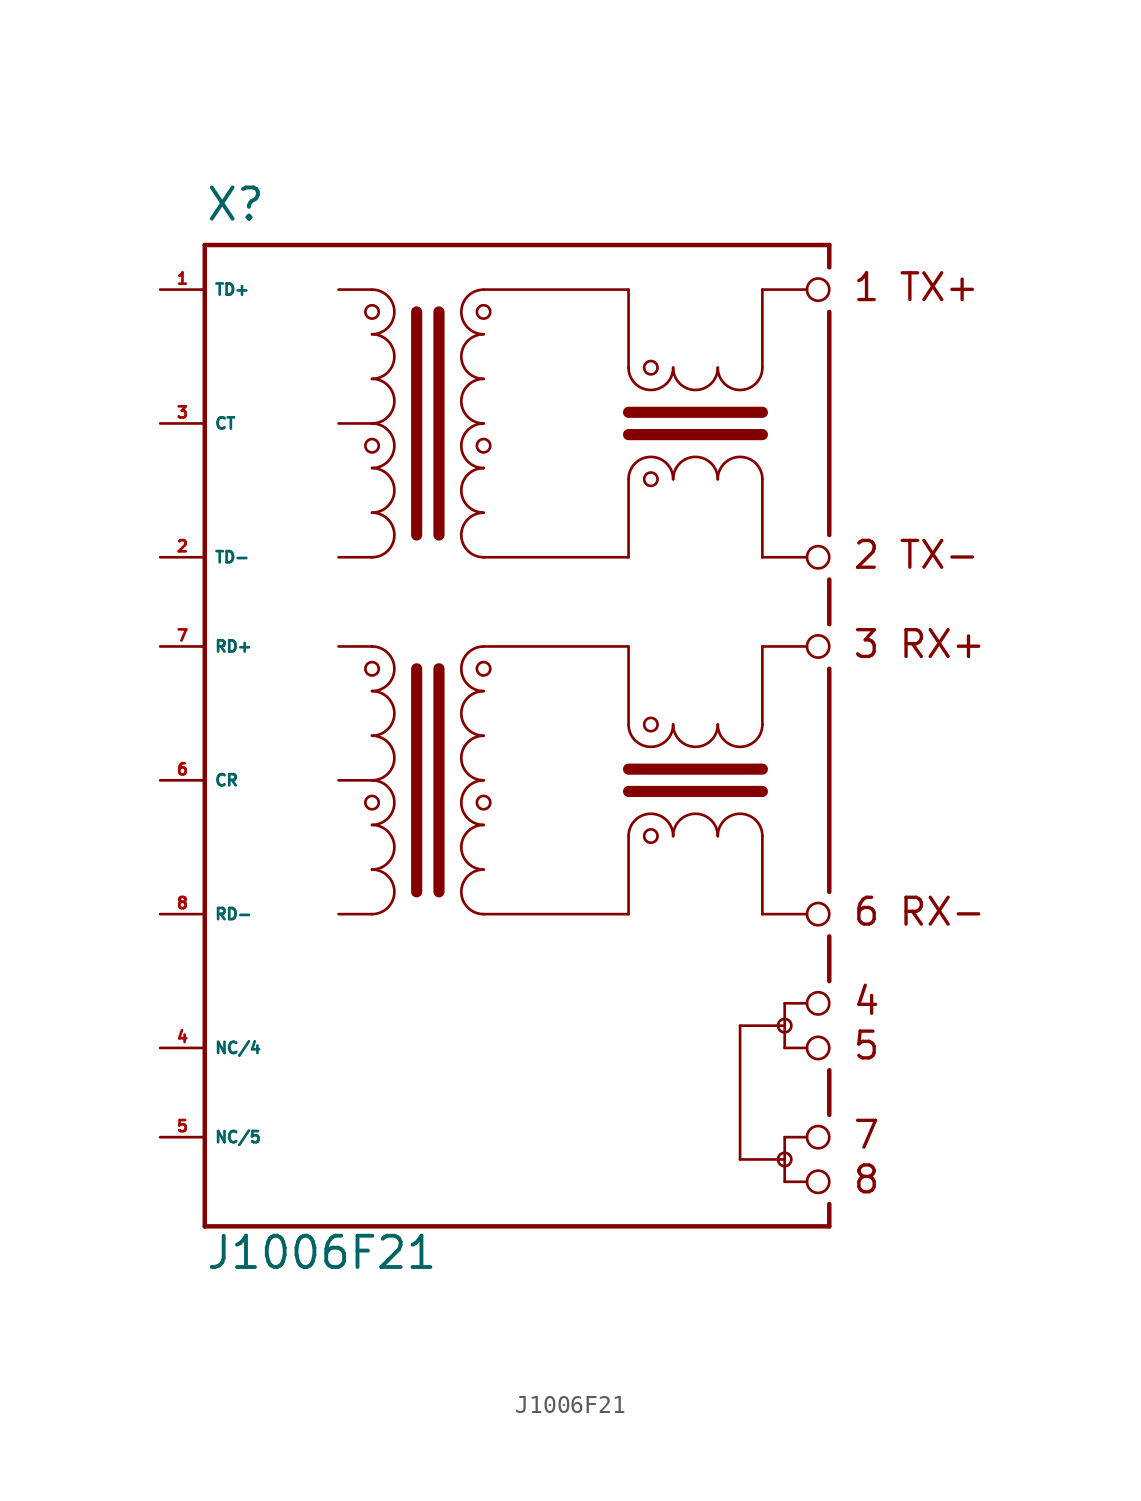
<source format=kicad_sym>
(kicad_symbol_lib
  (version 20220914)
  (generator Eagle2Kicad)
  (symbol "J1006F21"
    (property "Reference" "X"
      (at -12.7 21.59 0)
      (effects (font (size 1.778 1.778) (thickness 0.22)) (justify left bottom)))
    (property "Value" "J1006F21"
      (at -12.7 -38.1 0)
      (effects (font (size 1.778 1.778) (thickness 0.22)) (justify left bottom)))
    (polyline
      (pts (xy -5.08 2.54) (xy -3.175 2.54))
      (stroke (width 0.152) (type default))
      (fill (type none)))
    (polyline
      (pts (xy -5.08 10.16) (xy -3.175 10.16))
      (stroke (width 0.152) (type default))
      (fill (type none)))
    (polyline
      (pts (xy -5.08 17.78) (xy -3.175 17.78))
      (stroke (width 0.152) (type default))
      (fill (type none)))
    (arc
      (start -3.175 10.16)
      (mid -1.905 11.430)
      (end -3.175 12.7)
      (stroke (width 0.1524) (type default))
      (fill (type none)))
    (arc
      (start -3.175 12.7)
      (mid -1.905 13.970)
      (end -3.175 15.24)
      (stroke (width 0.1524) (type default))
      (fill (type none)))
    (arc
      (start -3.175 15.24)
      (mid -1.905 16.510)
      (end -3.175 17.78)
      (stroke (width 0.1524) (type default))
      (fill (type none)))
    (arc
      (start -3.175 7.62)
      (mid -1.905 8.890)
      (end -3.175 10.16)
      (stroke (width 0.1524) (type default))
      (fill (type none)))
    (arc
      (start -3.175 5.08)
      (mid -1.905 6.350)
      (end -3.175 7.62)
      (stroke (width 0.1524) (type default))
      (fill (type none)))
    (arc
      (start -3.175 2.54)
      (mid -1.905 3.810)
      (end -3.175 5.08)
      (stroke (width 0.1524) (type default))
      (fill (type none)))
    (polyline
      (pts (xy -0.635 16.51) (xy -0.635 3.81))
      (stroke (width 0.635) (type default))
      (fill (type none)))
    (polyline
      (pts (xy 0.635 16.51) (xy 0.635 3.81))
      (stroke (width 0.635) (type default))
      (fill (type none)))
    (arc
      (start 3.175 12.7)
      (mid 1.905 11.430)
      (end 3.175 10.16)
      (stroke (width 0.1524) (type default))
      (fill (type none)))
    (arc
      (start 3.175 15.24)
      (mid 1.905 13.970)
      (end 3.175 12.7)
      (stroke (width 0.1524) (type default))
      (fill (type none)))
    (arc
      (start 3.175 17.78)
      (mid 1.905 16.510)
      (end 3.175 15.24)
      (stroke (width 0.1524) (type default))
      (fill (type none)))
    (arc
      (start 3.175 10.16)
      (mid 1.905 8.890)
      (end 3.175 7.62)
      (stroke (width 0.1524) (type default))
      (fill (type none)))
    (arc
      (start 3.175 7.62)
      (mid 1.905 6.350)
      (end 3.175 5.08)
      (stroke (width 0.1524) (type default))
      (fill (type none)))
    (arc
      (start 3.175 5.08)
      (mid 1.905 3.810)
      (end 3.175 2.54)
      (stroke (width 0.1524) (type default))
      (fill (type none)))
    (arc
      (start 19.05 6.985)
      (mid 17.780 8.255)
      (end 16.51 6.985)
      (stroke (width 0.1524) (type default))
      (fill (type none)))
    (arc
      (start 16.51 6.985)
      (mid 15.240 8.255)
      (end 13.97 6.985)
      (stroke (width 0.1524) (type default))
      (fill (type none)))
    (arc
      (start 13.97 6.985)
      (mid 12.700 8.255)
      (end 11.43 6.985)
      (stroke (width 0.1524) (type default))
      (fill (type none)))
    (arc
      (start 16.51 13.335)
      (mid 17.780 12.065)
      (end 19.05 13.335)
      (stroke (width 0.1524) (type default))
      (fill (type none)))
    (arc
      (start 13.97 13.335)
      (mid 15.240 12.065)
      (end 16.51 13.335)
      (stroke (width 0.1524) (type default))
      (fill (type none)))
    (arc
      (start 11.43 13.335)
      (mid 12.700 12.065)
      (end 13.97 13.335)
      (stroke (width 0.1524) (type default))
      (fill (type none)))
    (polyline
      (pts (xy 3.175 17.78) (xy 11.43 17.78))
      (stroke (width 0.152) (type default))
      (fill (type none)))
    (polyline
      (pts (xy 11.43 17.78) (xy 11.43 13.335))
      (stroke (width 0.152) (type default))
      (fill (type none)))
    (polyline
      (pts (xy 11.43 2.54) (xy 3.175 2.54))
      (stroke (width 0.152) (type default))
      (fill (type none)))
    (polyline
      (pts (xy 11.43 2.54) (xy 11.43 6.985))
      (stroke (width 0.152) (type default))
      (fill (type none)))
    (polyline
      (pts (xy 19.05 13.335) (xy 19.05 17.78))
      (stroke (width 0.152) (type default))
      (fill (type none)))
    (polyline
      (pts (xy 19.05 17.78) (xy 21.59 17.78))
      (stroke (width 0.152) (type default))
      (fill (type none)))
    (polyline
      (pts (xy 19.05 6.985) (xy 19.05 2.54))
      (stroke (width 0.152) (type default))
      (fill (type none)))
    (polyline
      (pts (xy 19.05 2.54) (xy 21.59 2.54))
      (stroke (width 0.152) (type default))
      (fill (type none)))
    (polyline
      (pts (xy 11.43 9.525) (xy 19.05 9.525))
      (stroke (width 0.635) (type default))
      (fill (type none)))
    (polyline
      (pts (xy 11.43 10.795) (xy 19.05 10.795))
      (stroke (width 0.635) (type default))
      (fill (type none)))
    (polyline
      (pts (xy -5.08 -17.78) (xy -3.175 -17.78))
      (stroke (width 0.152) (type default))
      (fill (type none)))
    (polyline
      (pts (xy -5.08 -10.16) (xy -3.175 -10.16))
      (stroke (width 0.152) (type default))
      (fill (type none)))
    (polyline
      (pts (xy -5.08 -2.54) (xy -3.175 -2.54))
      (stroke (width 0.152) (type default))
      (fill (type none)))
    (arc
      (start -3.175 -10.16)
      (mid -1.905 -8.890)
      (end -3.175 -7.62)
      (stroke (width 0.1524) (type default))
      (fill (type none)))
    (arc
      (start -3.175 -7.62)
      (mid -1.905 -6.350)
      (end -3.175 -5.08)
      (stroke (width 0.1524) (type default))
      (fill (type none)))
    (arc
      (start -3.175 -5.08)
      (mid -1.905 -3.810)
      (end -3.175 -2.54)
      (stroke (width 0.1524) (type default))
      (fill (type none)))
    (arc
      (start -3.175 -12.7)
      (mid -1.905 -11.430)
      (end -3.175 -10.16)
      (stroke (width 0.1524) (type default))
      (fill (type none)))
    (arc
      (start -3.175 -15.24)
      (mid -1.905 -13.970)
      (end -3.175 -12.7)
      (stroke (width 0.1524) (type default))
      (fill (type none)))
    (arc
      (start -3.175 -17.78)
      (mid -1.905 -16.510)
      (end -3.175 -15.24)
      (stroke (width 0.1524) (type default))
      (fill (type none)))
    (polyline
      (pts (xy -0.635 -3.81) (xy -0.635 -16.51))
      (stroke (width 0.635) (type default))
      (fill (type none)))
    (polyline
      (pts (xy 0.635 -3.81) (xy 0.635 -16.51))
      (stroke (width 0.635) (type default))
      (fill (type none)))
    (arc
      (start 3.175 -7.62)
      (mid 1.905 -8.890)
      (end 3.175 -10.16)
      (stroke (width 0.1524) (type default))
      (fill (type none)))
    (arc
      (start 3.175 -5.08)
      (mid 1.905 -6.350)
      (end 3.175 -7.62)
      (stroke (width 0.1524) (type default))
      (fill (type none)))
    (arc
      (start 3.175 -2.54)
      (mid 1.905 -3.810)
      (end 3.175 -5.08)
      (stroke (width 0.1524) (type default))
      (fill (type none)))
    (arc
      (start 3.175 -10.16)
      (mid 1.905 -11.430)
      (end 3.175 -12.7)
      (stroke (width 0.1524) (type default))
      (fill (type none)))
    (arc
      (start 3.175 -12.7)
      (mid 1.905 -13.970)
      (end 3.175 -15.24)
      (stroke (width 0.1524) (type default))
      (fill (type none)))
    (arc
      (start 3.175 -15.24)
      (mid 1.905 -16.510)
      (end 3.175 -17.78)
      (stroke (width 0.1524) (type default))
      (fill (type none)))
    (arc
      (start 19.05 -13.335)
      (mid 17.780 -12.065)
      (end 16.51 -13.335)
      (stroke (width 0.1524) (type default))
      (fill (type none)))
    (arc
      (start 16.51 -13.335)
      (mid 15.240 -12.065)
      (end 13.97 -13.335)
      (stroke (width 0.1524) (type default))
      (fill (type none)))
    (arc
      (start 13.97 -13.335)
      (mid 12.700 -12.065)
      (end 11.43 -13.335)
      (stroke (width 0.1524) (type default))
      (fill (type none)))
    (arc
      (start 16.51 -6.985)
      (mid 17.780 -8.255)
      (end 19.05 -6.985)
      (stroke (width 0.1524) (type default))
      (fill (type none)))
    (arc
      (start 13.97 -6.985)
      (mid 15.240 -8.255)
      (end 16.51 -6.985)
      (stroke (width 0.1524) (type default))
      (fill (type none)))
    (arc
      (start 11.43 -6.985)
      (mid 12.700 -8.255)
      (end 13.97 -6.985)
      (stroke (width 0.1524) (type default))
      (fill (type none)))
    (polyline
      (pts (xy 3.175 -2.54) (xy 11.43 -2.54))
      (stroke (width 0.152) (type default))
      (fill (type none)))
    (polyline
      (pts (xy 11.43 -2.54) (xy 11.43 -6.985))
      (stroke (width 0.152) (type default))
      (fill (type none)))
    (polyline
      (pts (xy 11.43 -17.78) (xy 3.175 -17.78))
      (stroke (width 0.152) (type default))
      (fill (type none)))
    (polyline
      (pts (xy 11.43 -17.78) (xy 11.43 -13.335))
      (stroke (width 0.152) (type default))
      (fill (type none)))
    (polyline
      (pts (xy 19.05 -6.985) (xy 19.05 -2.54))
      (stroke (width 0.152) (type default))
      (fill (type none)))
    (polyline
      (pts (xy 19.05 -2.54) (xy 21.59 -2.54))
      (stroke (width 0.152) (type default))
      (fill (type none)))
    (polyline
      (pts (xy 19.05 -13.335) (xy 19.05 -17.78))
      (stroke (width 0.152) (type default))
      (fill (type none)))
    (polyline
      (pts (xy 19.05 -17.78) (xy 21.59 -17.78))
      (stroke (width 0.152) (type default))
      (fill (type none)))
    (polyline
      (pts (xy 11.43 -10.795) (xy 19.05 -10.795))
      (stroke (width 0.635) (type default))
      (fill (type none)))
    (polyline
      (pts (xy 11.43 -9.525) (xy 19.05 -9.525))
      (stroke (width 0.635) (type default))
      (fill (type none)))
    (polyline
      (pts (xy 21.59 -22.86) (xy 20.32 -22.86))
      (stroke (width 0.152) (type default))
      (fill (type none)))
    (polyline
      (pts (xy 20.32 -22.86) (xy 20.32 -24.13))
      (stroke (width 0.152) (type default))
      (fill (type none)))
    (polyline
      (pts (xy 20.32 -24.13) (xy 20.32 -25.4))
      (stroke (width 0.152) (type default))
      (fill (type none)))
    (polyline
      (pts (xy 20.32 -25.4) (xy 21.59 -25.4))
      (stroke (width 0.152) (type default))
      (fill (type none)))
    (polyline
      (pts (xy 21.59 -30.48) (xy 20.32 -30.48))
      (stroke (width 0.152) (type default))
      (fill (type none)))
    (polyline
      (pts (xy 20.32 -30.48) (xy 20.32 -31.75))
      (stroke (width 0.152) (type default))
      (fill (type none)))
    (polyline
      (pts (xy 20.32 -31.75) (xy 20.32 -33.02))
      (stroke (width 0.152) (type default))
      (fill (type none)))
    (polyline
      (pts (xy 20.32 -33.02) (xy 21.59 -33.02))
      (stroke (width 0.152) (type default))
      (fill (type none)))
    (polyline
      (pts (xy 20.32 -24.13) (xy 17.78 -24.13))
      (stroke (width 0.152) (type default))
      (fill (type none)))
    (polyline
      (pts (xy 17.78 -24.13) (xy 17.78 -31.75))
      (stroke (width 0.152) (type default))
      (fill (type none)))
    (polyline
      (pts (xy 17.78 -31.75) (xy 20.32 -31.75))
      (stroke (width 0.152) (type default))
      (fill (type none)))
    (polyline
      (pts (xy -12.7 20.32) (xy -12.7 -35.56))
      (stroke (width 0.254) (type default))
      (fill (type none)))
    (polyline
      (pts (xy -12.7 -35.56) (xy 22.86 -35.56))
      (stroke (width 0.254) (type default))
      (fill (type none)))
    (polyline
      (pts (xy -12.7 20.32) (xy 22.86 20.32))
      (stroke (width 0.254) (type default))
      (fill (type none)))
    (polyline
      (pts (xy 22.86 20.32) (xy 22.86 19.05))
      (stroke (width 0.254) (type default))
      (fill (type none)))
    (polyline
      (pts (xy 22.86 -35.56) (xy 22.86 -34.29))
      (stroke (width 0.254) (type default))
      (fill (type none)))
    (polyline
      (pts (xy 22.86 -29.21) (xy 22.86 -26.67))
      (stroke (width 0.254) (type default))
      (fill (type none)))
    (polyline
      (pts (xy 22.86 -21.59) (xy 22.86 -19.05))
      (stroke (width 0.254) (type default))
      (fill (type none)))
    (polyline
      (pts (xy 22.86 -16.51) (xy 22.86 -3.81))
      (stroke (width 0.254) (type default))
      (fill (type none)))
    (polyline
      (pts (xy 22.86 -1.27) (xy 22.86 1.27))
      (stroke (width 0.254) (type default))
      (fill (type none)))
    (polyline
      (pts (xy 22.86 3.81) (xy 22.86 16.51))
      (stroke (width 0.254) (type default))
      (fill (type none)))
    (text "1 TX+"
      (at 24.13 17.018 0)
      (effects (font (size 1.524 1.524) (thickness 0.19)) (justify left bottom)))
    (text "2 TX-"
      (at 24.13 1.778 0)
      (effects (font (size 1.524 1.524) (thickness 0.19)) (justify left bottom)))
    (text "3 RX+"
      (at 24.13 -3.302 0)
      (effects (font (size 1.524 1.524) (thickness 0.19)) (justify left bottom)))
    (text "6 RX-"
      (at 24.13 -18.542 0)
      (effects (font (size 1.524 1.524) (thickness 0.19)) (justify left bottom)))
    (text "4"
      (at 24.13 -23.622 0)
      (effects (font (size 1.524 1.524) (thickness 0.19)) (justify left bottom)))
    (text "5"
      (at 24.13 -26.162 0)
      (effects (font (size 1.524 1.524) (thickness 0.19)) (justify left bottom)))
    (text "7"
      (at 24.13 -31.242 0)
      (effects (font (size 1.524 1.524) (thickness 0.19)) (justify left bottom)))
    (text "8"
      (at 24.13 -33.782 0)
      (effects (font (size 1.524 1.524) (thickness 0.19)) (justify left bottom)))
    (circle
      (center -3.175 16.51)
      (radius 0.381)
      (stroke (width 0) (type default))
      (fill (type none)))
    (circle
      (center -3.175 8.89)
      (radius 0.381)
      (stroke (width 0) (type default))
      (fill (type none)))
    (circle
      (center 3.175 16.51)
      (radius 0.381)
      (stroke (width 0) (type default))
      (fill (type none)))
    (circle
      (center 3.175 8.89)
      (radius 0.381)
      (stroke (width 0) (type default))
      (fill (type none)))
    (circle
      (center 12.7 6.985)
      (radius 0.381)
      (stroke (width 0) (type default))
      (fill (type none)))
    (circle
      (center 12.7 13.335)
      (radius 0.381)
      (stroke (width 0) (type default))
      (fill (type none)))
    (circle
      (center -3.175 -3.81)
      (radius 0.381)
      (stroke (width 0) (type default))
      (fill (type none)))
    (circle
      (center -3.175 -11.43)
      (radius 0.381)
      (stroke (width 0) (type default))
      (fill (type none)))
    (circle
      (center 3.175 -3.81)
      (radius 0.381)
      (stroke (width 0) (type default))
      (fill (type none)))
    (circle
      (center 3.175 -11.43)
      (radius 0.381)
      (stroke (width 0) (type default))
      (fill (type none)))
    (circle
      (center 12.7 -13.335)
      (radius 0.381)
      (stroke (width 0) (type default))
      (fill (type none)))
    (circle
      (center 12.7 -6.985)
      (radius 0.381)
      (stroke (width 0) (type default))
      (fill (type none)))
    (circle
      (center 22.225 17.78)
      (radius 0.635)
      (stroke (width 0.152) (type default))
      (fill (type none)))
    (circle
      (center 22.225 2.54)
      (radius 0.635)
      (stroke (width 0.152) (type default))
      (fill (type none)))
    (circle
      (center 22.225 -2.54)
      (radius 0.635)
      (stroke (width 0.152) (type default))
      (fill (type none)))
    (circle
      (center 22.225 -17.78)
      (radius 0.635)
      (stroke (width 0.152) (type default))
      (fill (type none)))
    (circle
      (center 22.225 -22.86)
      (radius 0.635)
      (stroke (width 0.152) (type default))
      (fill (type none)))
    (circle
      (center 22.225 -25.4)
      (radius 0.635)
      (stroke (width 0.152) (type default))
      (fill (type none)))
    (circle
      (center 22.225 -30.48)
      (radius 0.635)
      (stroke (width 0.152) (type default))
      (fill (type none)))
    (circle
      (center 22.225 -33.02)
      (radius 0.635)
      (stroke (width 0.152) (type default))
      (fill (type none)))
    (circle
      (center 20.32 -24.13)
      (radius 0.381)
      (stroke (width 0) (type default))
      (fill (type none)))
    (circle
      (center 20.32 -31.75)
      (radius 0.381)
      (stroke (width 0) (type default))
      (fill (type none)))
    (pin input line
      (at -15.24 17.78 0)
      (length 2.54)
      (name "TD+" (effects (font (size 0.635 0.635) (thickness 0.08)) (justify left bottom)))
      (number "1" (effects (font (size 0.635 0.635) (thickness 0.08)) (justify left bottom))))
    (pin input line
      (at -15.24 10.16 0)
      (length 2.54)
      (name "CT" (effects (font (size 0.635 0.635) (thickness 0.08)) (justify left bottom)))
      (number "3" (effects (font (size 0.635 0.635) (thickness 0.08)) (justify left bottom))))
    (pin input line
      (at -15.24 2.54 0)
      (length 2.54)
      (name "TD-" (effects (font (size 0.635 0.635) (thickness 0.08)) (justify left bottom)))
      (number "2" (effects (font (size 0.635 0.635) (thickness 0.08)) (justify left bottom))))
    (pin input line
      (at -15.24 -2.54 0)
      (length 2.54)
      (name "RD+" (effects (font (size 0.635 0.635) (thickness 0.08)) (justify left bottom)))
      (number "7" (effects (font (size 0.635 0.635) (thickness 0.08)) (justify left bottom))))
    (pin input line
      (at -15.24 -10.16 0)
      (length 2.54)
      (name "CR" (effects (font (size 0.635 0.635) (thickness 0.08)) (justify left bottom)))
      (number "6" (effects (font (size 0.635 0.635) (thickness 0.08)) (justify left bottom))))
    (pin input line
      (at -15.24 -17.78 0)
      (length 2.54)
      (name "RD-" (effects (font (size 0.635 0.635) (thickness 0.08)) (justify left bottom)))
      (number "8" (effects (font (size 0.635 0.635) (thickness 0.08)) (justify left bottom))))
    (pin input line
      (at -15.24 -25.4 0)
      (length 2.54)
      (name "NC/4" (effects (font (size 0.635 0.635) (thickness 0.08)) (justify left bottom)))
      (number "4" (effects (font (size 0.635 0.635) (thickness 0.08)) (justify left bottom))))
    (pin input line
      (at -15.24 -30.48 0)
      (length 2.54)
      (name "NC/5" (effects (font (size 0.635 0.635) (thickness 0.08)) (justify left bottom)))
      (number "5" (effects (font (size 0.635 0.635) (thickness 0.08)) (justify left bottom))))))
</source>
